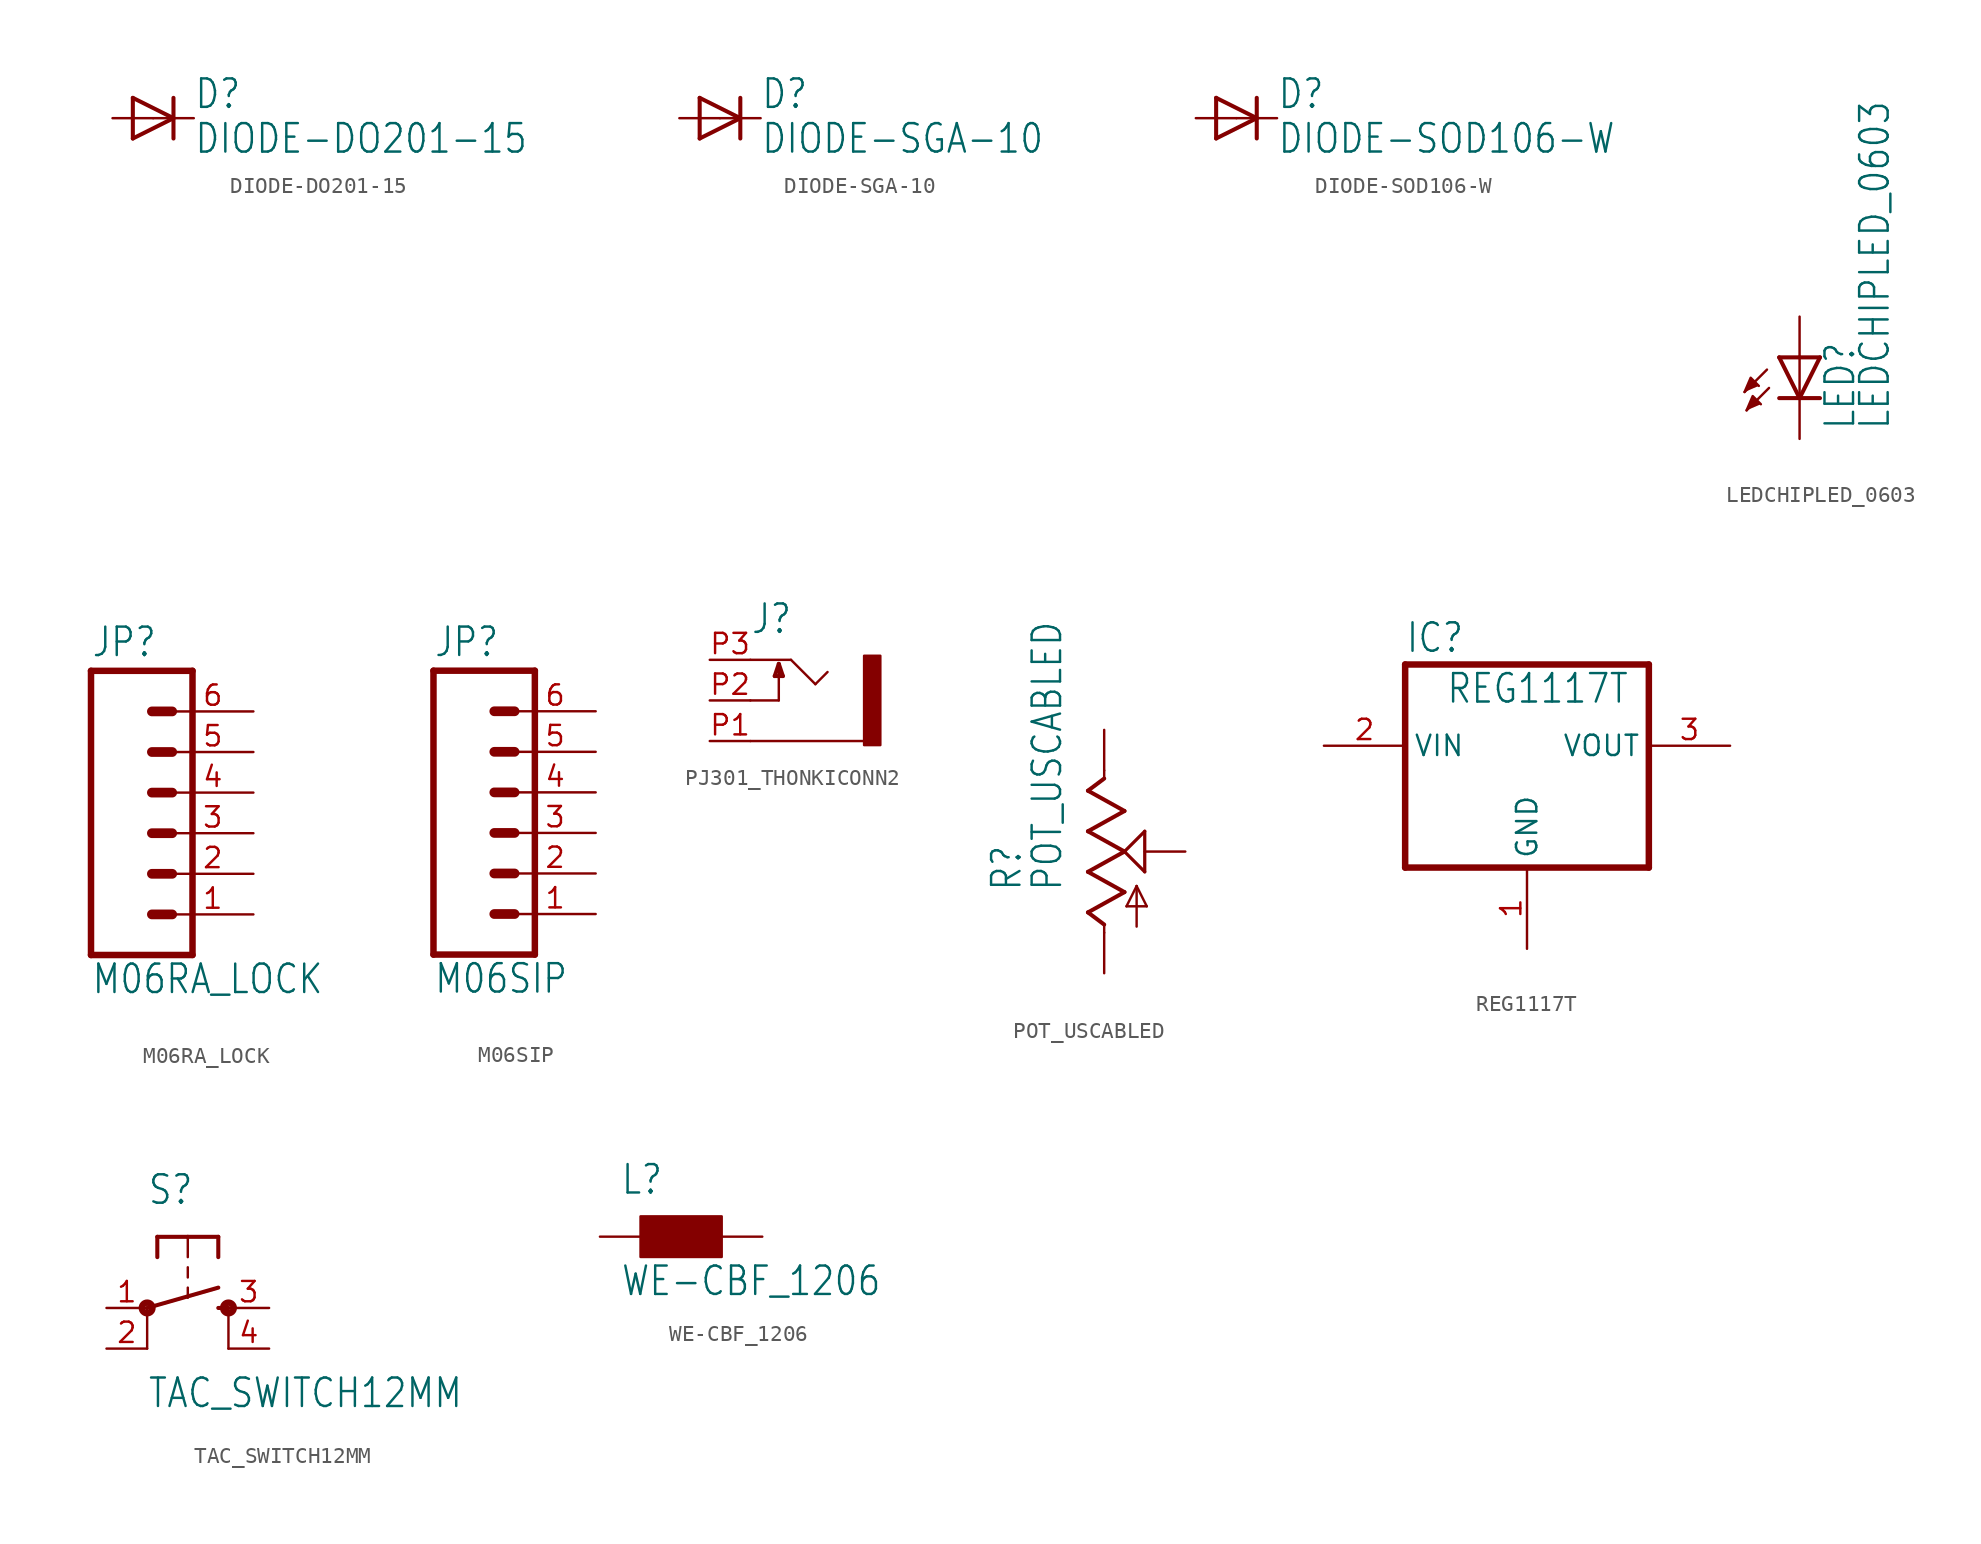
<source format=kicad_sym>
(kicad_symbol_lib
  (version 20211014)
  (generator kicad_symbol_editor)
  (symbol "DIODE-DO201-15"
    (property "Reference" "D"
      (at 2.54 0.483 0)
      (effects (font (size 1.778 1.511)) (justify left bottom)))
    (property "Value" "DIODE-DO201-15"
      (at 2.54 -2.311 0)
      (effects (font (size 1.778 1.511)) (justify left bottom)))
    (property "ki_locked" ""
      (at 0 0 0)
      (effects (font (size 1.27 1.27))))
    (symbol "DIODE-DO201-15_1_0"
      (polyline (pts (xy -1.27 -1.27) (xy 1.27 0)) (stroke (width 0.254) (type default) (color 0 0 0 0)) (fill (type none)))
      (polyline (pts (xy -1.27 1.27) (xy -1.27 -1.27)) (stroke (width 0.254) (type default) (color 0 0 0 0)) (fill (type none)))
      (polyline (pts (xy 1.27 0) (xy -1.27 1.27)) (stroke (width 0.254) (type default) (color 0 0 0 0)) (fill (type none)))
      (polyline (pts (xy 1.27 0) (xy 1.27 -1.27)) (stroke (width 0.254) (type default) (color 0 0 0 0)) (fill (type none)))
      (polyline (pts (xy 1.27 1.27) (xy 1.27 0)) (stroke (width 0.254) (type default) (color 0 0 0 0)) (fill (type none)))
      (pin passive line (at -2.54 0 0) (length 2.54) (name "A" (effects (font (size 0 0)))) (number "A" (effects (font (size 0 0)))))
      (pin passive line (at 2.54 0 180) (length 2.54) (name "C" (effects (font (size 0 0)))) (number "C" (effects (font (size 0 0)))))))
  (symbol "DIODE-SGA-10"
    (property "Reference" "D"
      (at 2.54 0.483 0)
      (effects (font (size 1.778 1.511)) (justify left bottom)))
    (property "Value" "DIODE-SGA-10"
      (at 2.54 -2.311 0)
      (effects (font (size 1.778 1.511)) (justify left bottom)))
    (property "ki_locked" ""
      (at 0 0 0)
      (effects (font (size 1.27 1.27))))
    (symbol "DIODE-SGA-10_1_0"
      (polyline (pts (xy -1.27 -1.27) (xy 1.27 0)) (stroke (width 0.254) (type default) (color 0 0 0 0)) (fill (type none)))
      (polyline (pts (xy -1.27 1.27) (xy -1.27 -1.27)) (stroke (width 0.254) (type default) (color 0 0 0 0)) (fill (type none)))
      (polyline (pts (xy 1.27 0) (xy -1.27 1.27)) (stroke (width 0.254) (type default) (color 0 0 0 0)) (fill (type none)))
      (polyline (pts (xy 1.27 0) (xy 1.27 -1.27)) (stroke (width 0.254) (type default) (color 0 0 0 0)) (fill (type none)))
      (polyline (pts (xy 1.27 1.27) (xy 1.27 0)) (stroke (width 0.254) (type default) (color 0 0 0 0)) (fill (type none)))
      (pin passive line (at -2.54 0 0) (length 2.54) (name "A" (effects (font (size 0 0)))) (number "A" (effects (font (size 0 0)))))
      (pin passive line (at 2.54 0 180) (length 2.54) (name "C" (effects (font (size 0 0)))) (number "C" (effects (font (size 0 0)))))))
  (symbol "DIODE-SOD106-W"
    (property "Reference" "D"
      (at 2.54 0.483 0)
      (effects (font (size 1.778 1.511)) (justify left bottom)))
    (property "Value" "DIODE-SOD106-W"
      (at 2.54 -2.311 0)
      (effects (font (size 1.778 1.511)) (justify left bottom)))
    (property "ki_locked" ""
      (at 0 0 0)
      (effects (font (size 1.27 1.27))))
    (symbol "DIODE-SOD106-W_1_0"
      (polyline (pts (xy -1.27 -1.27) (xy 1.27 0)) (stroke (width 0.254) (type default) (color 0 0 0 0)) (fill (type none)))
      (polyline (pts (xy -1.27 1.27) (xy -1.27 -1.27)) (stroke (width 0.254) (type default) (color 0 0 0 0)) (fill (type none)))
      (polyline (pts (xy 1.27 0) (xy -1.27 1.27)) (stroke (width 0.254) (type default) (color 0 0 0 0)) (fill (type none)))
      (polyline (pts (xy 1.27 0) (xy 1.27 -1.27)) (stroke (width 0.254) (type default) (color 0 0 0 0)) (fill (type none)))
      (polyline (pts (xy 1.27 1.27) (xy 1.27 0)) (stroke (width 0.254) (type default) (color 0 0 0 0)) (fill (type none)))
      (pin passive line (at -2.54 0 0) (length 2.54) (name "A" (effects (font (size 0 0)))) (number "A" (effects (font (size 0 0)))))
      (pin passive line (at 2.54 0 180) (length 2.54) (name "C" (effects (font (size 0 0)))) (number "C" (effects (font (size 0 0)))))))
  (symbol "LEDCHIPLED_0603"
    (property "Reference" "LED"
      (at 3.556 -4.572 90)
      (effects (font (size 1.778 1.511)) (justify left bottom)))
    (property "Value" "LEDCHIPLED_0603"
      (at 5.715 -4.572 90)
      (effects (font (size 1.778 1.511)) (justify left bottom)))
    (property "ki_locked" ""
      (at 0 0 0)
      (effects (font (size 1.27 1.27))))
    (symbol "LEDCHIPLED_0603_1_0"
      (polyline (pts (xy -2.032 -0.762) (xy -3.429 -2.159)) (stroke (width 0.152) (type default) (color 0 0 0 0)) (fill (type none)))
      (polyline (pts (xy -1.905 -1.905) (xy -3.302 -3.302)) (stroke (width 0.152) (type default) (color 0 0 0 0)) (fill (type none)))
      (polyline (pts (xy 0 -2.54) (xy -1.27 -2.54)) (stroke (width 0.254) (type default) (color 0 0 0 0)) (fill (type none)))
      (polyline (pts (xy 0 -2.54) (xy -1.27 0)) (stroke (width 0.254) (type default) (color 0 0 0 0)) (fill (type none)))
      (polyline (pts (xy 0 0) (xy -1.27 0)) (stroke (width 0.254) (type default) (color 0 0 0 0)) (fill (type none)))
      (polyline (pts (xy 0 0) (xy 0 -2.54)) (stroke (width 0.152) (type default) (color 0 0 0 0)) (fill (type none)))
      (polyline (pts (xy 1.27 -2.54) (xy 0 -2.54)) (stroke (width 0.254) (type default) (color 0 0 0 0)) (fill (type none)))
      (polyline (pts (xy 1.27 0) (xy 0 -2.54)) (stroke (width 0.254) (type default) (color 0 0 0 0)) (fill (type none)))
      (polyline (pts (xy 1.27 0) (xy 0 0)) (stroke (width 0.254) (type default) (color 0 0 0 0)) (fill (type none)))
      (polyline (pts (xy -3.429 -2.159) (xy -3.048 -1.27) (xy -2.54 -1.778)) (stroke (width 0) (type default) (color 0 0 0 0)) (fill (type outline)))
      (polyline (pts (xy -3.302 -3.302) (xy -2.921 -2.413) (xy -2.413 -2.921)) (stroke (width 0) (type default) (color 0 0 0 0)) (fill (type outline)))
      (pin passive line (at 0 2.54 270) (length 2.54) (name "A" (effects (font (size 0 0)))) (number "A" (effects (font (size 0 0)))))
      (pin passive line (at 0 -5.08 90) (length 2.54) (name "C" (effects (font (size 0 0)))) (number "C" (effects (font (size 0 0)))))))
  (symbol "M06RA_LOCK"
    (property "Reference" "JP"
      (at -5.08 10.922 0)
      (effects (font (size 1.778 1.511)) (justify left bottom)))
    (property "Value" "M06RA_LOCK"
      (at -5.08 -10.16 0)
      (effects (font (size 1.778 1.511)) (justify left bottom)))
    (property "ki_locked" ""
      (at 0 0 0)
      (effects (font (size 1.27 1.27))))
    (symbol "M06RA_LOCK_1_0"
      (polyline (pts (xy -5.08 10.16) (xy -5.08 -7.62)) (stroke (width 0.406) (type default) (color 0 0 0 0)) (fill (type none)))
      (polyline (pts (xy -5.08 10.16) (xy 1.27 10.16)) (stroke (width 0.406) (type default) (color 0 0 0 0)) (fill (type none)))
      (polyline (pts (xy -1.27 -5.08) (xy 0 -5.08)) (stroke (width 0.61) (type default) (color 0 0 0 0)) (fill (type none)))
      (polyline (pts (xy -1.27 -2.54) (xy 0 -2.54)) (stroke (width 0.61) (type default) (color 0 0 0 0)) (fill (type none)))
      (polyline (pts (xy -1.27 0) (xy 0 0)) (stroke (width 0.61) (type default) (color 0 0 0 0)) (fill (type none)))
      (polyline (pts (xy -1.27 2.54) (xy 0 2.54)) (stroke (width 0.61) (type default) (color 0 0 0 0)) (fill (type none)))
      (polyline (pts (xy -1.27 5.08) (xy 0 5.08)) (stroke (width 0.61) (type default) (color 0 0 0 0)) (fill (type none)))
      (polyline (pts (xy -1.27 7.62) (xy 0 7.62)) (stroke (width 0.61) (type default) (color 0 0 0 0)) (fill (type none)))
      (polyline (pts (xy 1.27 -7.62) (xy -5.08 -7.62)) (stroke (width 0.406) (type default) (color 0 0 0 0)) (fill (type none)))
      (polyline (pts (xy 1.27 -7.62) (xy 1.27 10.16)) (stroke (width 0.406) (type default) (color 0 0 0 0)) (fill (type none)))
      (pin passive line (at 5.08 -5.08 180) (length 5.08) (name "1" (effects (font (size 0 0)))) (number "1" (effects (font (size 1.27 1.27)))))
      (pin passive line (at 5.08 -2.54 180) (length 5.08) (name "2" (effects (font (size 0 0)))) (number "2" (effects (font (size 1.27 1.27)))))
      (pin passive line (at 5.08 0 180) (length 5.08) (name "3" (effects (font (size 0 0)))) (number "3" (effects (font (size 1.27 1.27)))))
      (pin passive line (at 5.08 2.54 180) (length 5.08) (name "4" (effects (font (size 0 0)))) (number "4" (effects (font (size 1.27 1.27)))))
      (pin passive line (at 5.08 5.08 180) (length 5.08) (name "5" (effects (font (size 0 0)))) (number "5" (effects (font (size 1.27 1.27)))))
      (pin passive line (at 5.08 7.62 180) (length 5.08) (name "6" (effects (font (size 0 0)))) (number "6" (effects (font (size 1.27 1.27)))))))
  (symbol "M06SIP"
    (property "Reference" "JP"
      (at -5.08 10.922 0)
      (effects (font (size 1.778 1.511)) (justify left bottom)))
    (property "Value" "M06SIP"
      (at -5.08 -10.16 0)
      (effects (font (size 1.778 1.511)) (justify left bottom)))
    (property "ki_locked" ""
      (at 0 0 0)
      (effects (font (size 1.27 1.27))))
    (symbol "M06SIP_1_0"
      (polyline (pts (xy -5.08 10.16) (xy -5.08 -7.62)) (stroke (width 0.406) (type default) (color 0 0 0 0)) (fill (type none)))
      (polyline (pts (xy -5.08 10.16) (xy 1.27 10.16)) (stroke (width 0.406) (type default) (color 0 0 0 0)) (fill (type none)))
      (polyline (pts (xy -1.27 -5.08) (xy 0 -5.08)) (stroke (width 0.61) (type default) (color 0 0 0 0)) (fill (type none)))
      (polyline (pts (xy -1.27 -2.54) (xy 0 -2.54)) (stroke (width 0.61) (type default) (color 0 0 0 0)) (fill (type none)))
      (polyline (pts (xy -1.27 0) (xy 0 0)) (stroke (width 0.61) (type default) (color 0 0 0 0)) (fill (type none)))
      (polyline (pts (xy -1.27 2.54) (xy 0 2.54)) (stroke (width 0.61) (type default) (color 0 0 0 0)) (fill (type none)))
      (polyline (pts (xy -1.27 5.08) (xy 0 5.08)) (stroke (width 0.61) (type default) (color 0 0 0 0)) (fill (type none)))
      (polyline (pts (xy -1.27 7.62) (xy 0 7.62)) (stroke (width 0.61) (type default) (color 0 0 0 0)) (fill (type none)))
      (polyline (pts (xy 1.27 -7.62) (xy -5.08 -7.62)) (stroke (width 0.406) (type default) (color 0 0 0 0)) (fill (type none)))
      (polyline (pts (xy 1.27 -7.62) (xy 1.27 10.16)) (stroke (width 0.406) (type default) (color 0 0 0 0)) (fill (type none)))
      (pin passive line (at 5.08 -5.08 180) (length 5.08) (name "1" (effects (font (size 0 0)))) (number "1" (effects (font (size 1.27 1.27)))))
      (pin passive line (at 5.08 -2.54 180) (length 5.08) (name "2" (effects (font (size 0 0)))) (number "2" (effects (font (size 1.27 1.27)))))
      (pin passive line (at 5.08 0 180) (length 5.08) (name "3" (effects (font (size 0 0)))) (number "3" (effects (font (size 1.27 1.27)))))
      (pin passive line (at 5.08 2.54 180) (length 5.08) (name "4" (effects (font (size 0 0)))) (number "4" (effects (font (size 1.27 1.27)))))
      (pin passive line (at 5.08 5.08 180) (length 5.08) (name "5" (effects (font (size 0 0)))) (number "5" (effects (font (size 1.27 1.27)))))
      (pin passive line (at 5.08 7.62 180) (length 5.08) (name "6" (effects (font (size 0 0)))) (number "6" (effects (font (size 1.27 1.27)))))))
  (symbol "PJ301_THONKICONN2"
    (property "Reference" "J"
      (at -2.54 4.064 0)
      (effects (font (size 1.778 1.511)) (justify left bottom)))
    (property "ki_locked" ""
      (at 0 0 0)
      (effects (font (size 1.27 1.27))))
    (symbol "PJ301_THONKICONN2_1_0"
      (polyline (pts (xy -2.54 -2.54) (xy 4.572 -2.54)) (stroke (width 0.152) (type default) (color 0 0 0 0)) (fill (type none)))
      (polyline (pts (xy -2.54 0) (xy -0.762 0)) (stroke (width 0.152) (type default) (color 0 0 0 0)) (fill (type none)))
      (polyline (pts (xy -2.54 2.54) (xy 0 2.54)) (stroke (width 0.152) (type default) (color 0 0 0 0)) (fill (type none)))
      (polyline (pts (xy -1.016 1.524) (xy -0.508 1.524)) (stroke (width 0.254) (type default) (color 0 0 0 0)) (fill (type none)))
      (polyline (pts (xy -0.762 0) (xy -0.762 2.286)) (stroke (width 0.152) (type default) (color 0 0 0 0)) (fill (type none)))
      (polyline (pts (xy -0.762 2.286) (xy -1.016 1.524)) (stroke (width 0.254) (type default) (color 0 0 0 0)) (fill (type none)))
      (polyline (pts (xy -0.508 1.524) (xy -0.762 2.286)) (stroke (width 0.254) (type default) (color 0 0 0 0)) (fill (type none)))
      (polyline (pts (xy 0 2.54) (xy 1.524 1.016)) (stroke (width 0.152) (type default) (color 0 0 0 0)) (fill (type none)))
      (polyline (pts (xy 1.524 1.016) (xy 2.286 1.778)) (stroke (width 0.152) (type default) (color 0 0 0 0)) (fill (type none)))
      (rectangle (start 4.572 2.794) (end 5.588 -2.794) (stroke (width 0) (type default) (color 0 0 0 0)) (fill (type outline)))
      (pin passive line (at -5.08 -2.54 0) (length 2.54) (name "1" (effects (font (size 0 0)))) (number "P1" (effects (font (size 1.27 1.27)))))
      (pin passive line (at -5.08 0 0) (length 2.54) (name "2" (effects (font (size 0 0)))) (number "P2" (effects (font (size 1.27 1.27)))))
      (pin passive line (at -5.08 2.54 0) (length 2.54) (name "3" (effects (font (size 0 0)))) (number "P3" (effects (font (size 1.27 1.27)))))))
  (symbol "POT_USCABLED"
    (property "Reference" "R"
      (at -5.08 -2.54 90)
      (effects (font (size 1.778 1.511)) (justify left bottom)))
    (property "Value" "POT_USCABLED"
      (at -2.54 -2.54 90)
      (effects (font (size 1.778 1.511)) (justify left bottom)))
    (property "ki_locked" ""
      (at 0 0 0)
      (effects (font (size 1.27 1.27))))
    (symbol "POT_USCABLED_1_0"
      (polyline (pts (xy -1.016 -3.81) (xy 1.27 -2.54)) (stroke (width 0.254) (type default) (color 0 0 0 0)) (fill (type none)))
      (polyline (pts (xy -1.016 -1.27) (xy 1.27 0)) (stroke (width 0.254) (type default) (color 0 0 0 0)) (fill (type none)))
      (polyline (pts (xy -1.016 1.27) (xy 1.27 2.54)) (stroke (width 0.254) (type default) (color 0 0 0 0)) (fill (type none)))
      (polyline (pts (xy -1.016 3.81) (xy 0 4.572)) (stroke (width 0.254) (type default) (color 0 0 0 0)) (fill (type none)))
      (polyline (pts (xy 0 -5.08) (xy 0 -4.572)) (stroke (width 0.152) (type default) (color 0 0 0 0)) (fill (type none)))
      (polyline (pts (xy 0 -4.572) (xy -1.016 -3.81)) (stroke (width 0.254) (type default) (color 0 0 0 0)) (fill (type none)))
      (polyline (pts (xy 0 4.572) (xy 0 5.08)) (stroke (width 0.152) (type default) (color 0 0 0 0)) (fill (type none)))
      (polyline (pts (xy 1.27 -2.54) (xy -1.016 -1.27)) (stroke (width 0.254) (type default) (color 0 0 0 0)) (fill (type none)))
      (polyline (pts (xy 1.27 0) (xy -1.016 1.27)) (stroke (width 0.254) (type default) (color 0 0 0 0)) (fill (type none)))
      (polyline (pts (xy 1.27 0) (xy 2.54 1.27)) (stroke (width 0.203) (type default) (color 0 0 0 0)) (fill (type none)))
      (polyline (pts (xy 1.27 2.54) (xy -1.016 3.81)) (stroke (width 0.254) (type default) (color 0 0 0 0)) (fill (type none)))
      (polyline (pts (xy 1.397 -3.429) (xy 2.032 -2.159)) (stroke (width 0.152) (type default) (color 0 0 0 0)) (fill (type none)))
      (polyline (pts (xy 2.032 -4.699) (xy 2.032 -2.159)) (stroke (width 0.152) (type default) (color 0 0 0 0)) (fill (type none)))
      (polyline (pts (xy 2.032 -2.159) (xy 2.667 -3.429)) (stroke (width 0.152) (type default) (color 0 0 0 0)) (fill (type none)))
      (polyline (pts (xy 2.54 -1.27) (xy 1.27 0)) (stroke (width 0.203) (type default) (color 0 0 0 0)) (fill (type none)))
      (polyline (pts (xy 2.54 1.27) (xy 2.54 -1.27)) (stroke (width 0.203) (type default) (color 0 0 0 0)) (fill (type none)))
      (polyline (pts (xy 2.667 -3.429) (xy 1.397 -3.429)) (stroke (width 0.152) (type default) (color 0 0 0 0)) (fill (type none)))
      (pin passive line (at 0 -7.62 90) (length 2.54) (name "A" (effects (font (size 0 0)))) (number "A" (effects (font (size 0 0)))))
      (pin passive line (at 0 7.62 270) (length 2.54) (name "E" (effects (font (size 0 0)))) (number "E" (effects (font (size 0 0)))))
      (pin passive line (at 5.08 0 180) (length 2.54) (name "S" (effects (font (size 0 0)))) (number "S" (effects (font (size 0 0)))))))
  (symbol "REG1117T"
    (property "Reference" "IC"
      (at -7.62 5.715 0)
      (effects (font (size 1.778 1.511)) (justify left bottom)))
    (property "Value" "REG1117T"
      (at -5.08 2.54 0)
      (effects (font (size 1.778 1.511)) (justify left bottom)))
    (property "ki_locked" ""
      (at 0 0 0)
      (effects (font (size 1.27 1.27))))
    (symbol "REG1117T_1_0"
      (polyline (pts (xy -7.62 -7.62) (xy 7.62 -7.62)) (stroke (width 0.406) (type default) (color 0 0 0 0)) (fill (type none)))
      (polyline (pts (xy -7.62 5.08) (xy -7.62 -7.62)) (stroke (width 0.406) (type default) (color 0 0 0 0)) (fill (type none)))
      (polyline (pts (xy 7.62 -7.62) (xy 7.62 5.08)) (stroke (width 0.406) (type default) (color 0 0 0 0)) (fill (type none)))
      (polyline (pts (xy 7.62 5.08) (xy -7.62 5.08)) (stroke (width 0.406) (type default) (color 0 0 0 0)) (fill (type none)))
      (pin power_in line (at 0 -12.7 90) (length 5.08) (name "GND" (effects (font (size 1.27 1.27)))) (number "1" (effects (font (size 1.27 1.27)))))
      (pin input line (at -12.7 0 0) (length 5.08) (name "VIN" (effects (font (size 1.27 1.27)))) (number "2" (effects (font (size 1.27 1.27)))))
      (pin output line (at 12.7 0 180) (length 5.08) (name "VOUT" (effects (font (size 1.27 1.27)))) (number "3" (effects (font (size 1.27 1.27)))))))
  (symbol "TAC_SWITCH12MM"
    (property "Reference" "S"
      (at -2.54 6.35 0)
      (effects (font (size 1.778 1.511)) (justify left bottom)))
    (property "Value" "TAC_SWITCH12MM"
      (at -2.54 -6.35 0)
      (effects (font (size 1.778 1.511)) (justify left bottom)))
    (property "ki_locked" ""
      (at 0 0 0)
      (effects (font (size 1.27 1.27))))
    (symbol "TAC_SWITCH12MM_1_0"
      (circle (center -2.54 0) (radius 0.127) (stroke (width 0.406) (type default) (color 0 0 0 0)) (fill (type none)))
      (polyline (pts (xy -2.54 -2.54) (xy -2.54 0)) (stroke (width 0.152) (type default) (color 0 0 0 0)) (fill (type none)))
      (polyline (pts (xy -2.54 0) (xy 1.905 1.27)) (stroke (width 0.254) (type default) (color 0 0 0 0)) (fill (type none)))
      (polyline (pts (xy -1.905 4.445) (xy -1.905 3.175)) (stroke (width 0.254) (type default) (color 0 0 0 0)) (fill (type none)))
      (polyline (pts (xy 0 1.27) (xy 0 0.635)) (stroke (width 0.152) (type default) (color 0 0 0 0)) (fill (type none)))
      (polyline (pts (xy 0 2.54) (xy 0 1.905)) (stroke (width 0.152) (type default) (color 0 0 0 0)) (fill (type none)))
      (polyline (pts (xy 0 4.445) (xy -1.905 4.445)) (stroke (width 0.254) (type default) (color 0 0 0 0)) (fill (type none)))
      (polyline (pts (xy 0 4.445) (xy 0 3.175)) (stroke (width 0.152) (type default) (color 0 0 0 0)) (fill (type none)))
      (polyline (pts (xy 1.905 0) (xy 2.54 0)) (stroke (width 0.254) (type default) (color 0 0 0 0)) (fill (type none)))
      (polyline (pts (xy 1.905 4.445) (xy 0 4.445)) (stroke (width 0.254) (type default) (color 0 0 0 0)) (fill (type none)))
      (polyline (pts (xy 1.905 4.445) (xy 1.905 3.175)) (stroke (width 0.254) (type default) (color 0 0 0 0)) (fill (type none)))
      (polyline (pts (xy 2.54 -2.54) (xy 2.54 0)) (stroke (width 0.152) (type default) (color 0 0 0 0)) (fill (type none)))
      (circle (center 2.54 0) (radius 0.127) (stroke (width 0.406) (type default) (color 0 0 0 0)) (fill (type none)))
      (pin passive line (at -5.08 0 0) (length 2.54) (name "1" (effects (font (size 0 0)))) (number "1" (effects (font (size 1.27 1.27)))))
      (pin passive line (at -5.08 -2.54 0) (length 2.54) (name "2" (effects (font (size 0 0)))) (number "2" (effects (font (size 1.27 1.27)))))
      (pin passive line (at 5.08 0 180) (length 2.54) (name "3" (effects (font (size 0 0)))) (number "3" (effects (font (size 1.27 1.27)))))
      (pin passive line (at 5.08 -2.54 180) (length 2.54) (name "4" (effects (font (size 0 0)))) (number "4" (effects (font (size 1.27 1.27)))))))
  (symbol "WE-CBF_1206"
    (property "Reference" "L"
      (at -3.81 5.08 0)
      (effects (font (size 1.778 1.511)) (justify left bottom)))
    (property "Value" "WE-CBF_1206"
      (at -3.81 -1.27 0)
      (effects (font (size 1.778 1.511)) (justify left bottom)))
    (property "ki_locked" ""
      (at 0 0 0)
      (effects (font (size 1.27 1.27))))
    (symbol "WE-CBF_1206_1_0"
      (rectangle (start -2.54 1.27) (end 2.54 3.81) (stroke (width 0) (type default) (color 0 0 0 0)) (fill (type outline)))
      (pin passive line (at -5.08 2.54 0) (length 2.54) (name "1" (effects (font (size 0 0)))) (number "1" (effects (font (size 0 0)))))
      (pin passive line (at 5.08 2.54 180) (length 2.54) (name "2" (effects (font (size 0 0)))) (number "2" (effects (font (size 0 0))))))))
</source>
